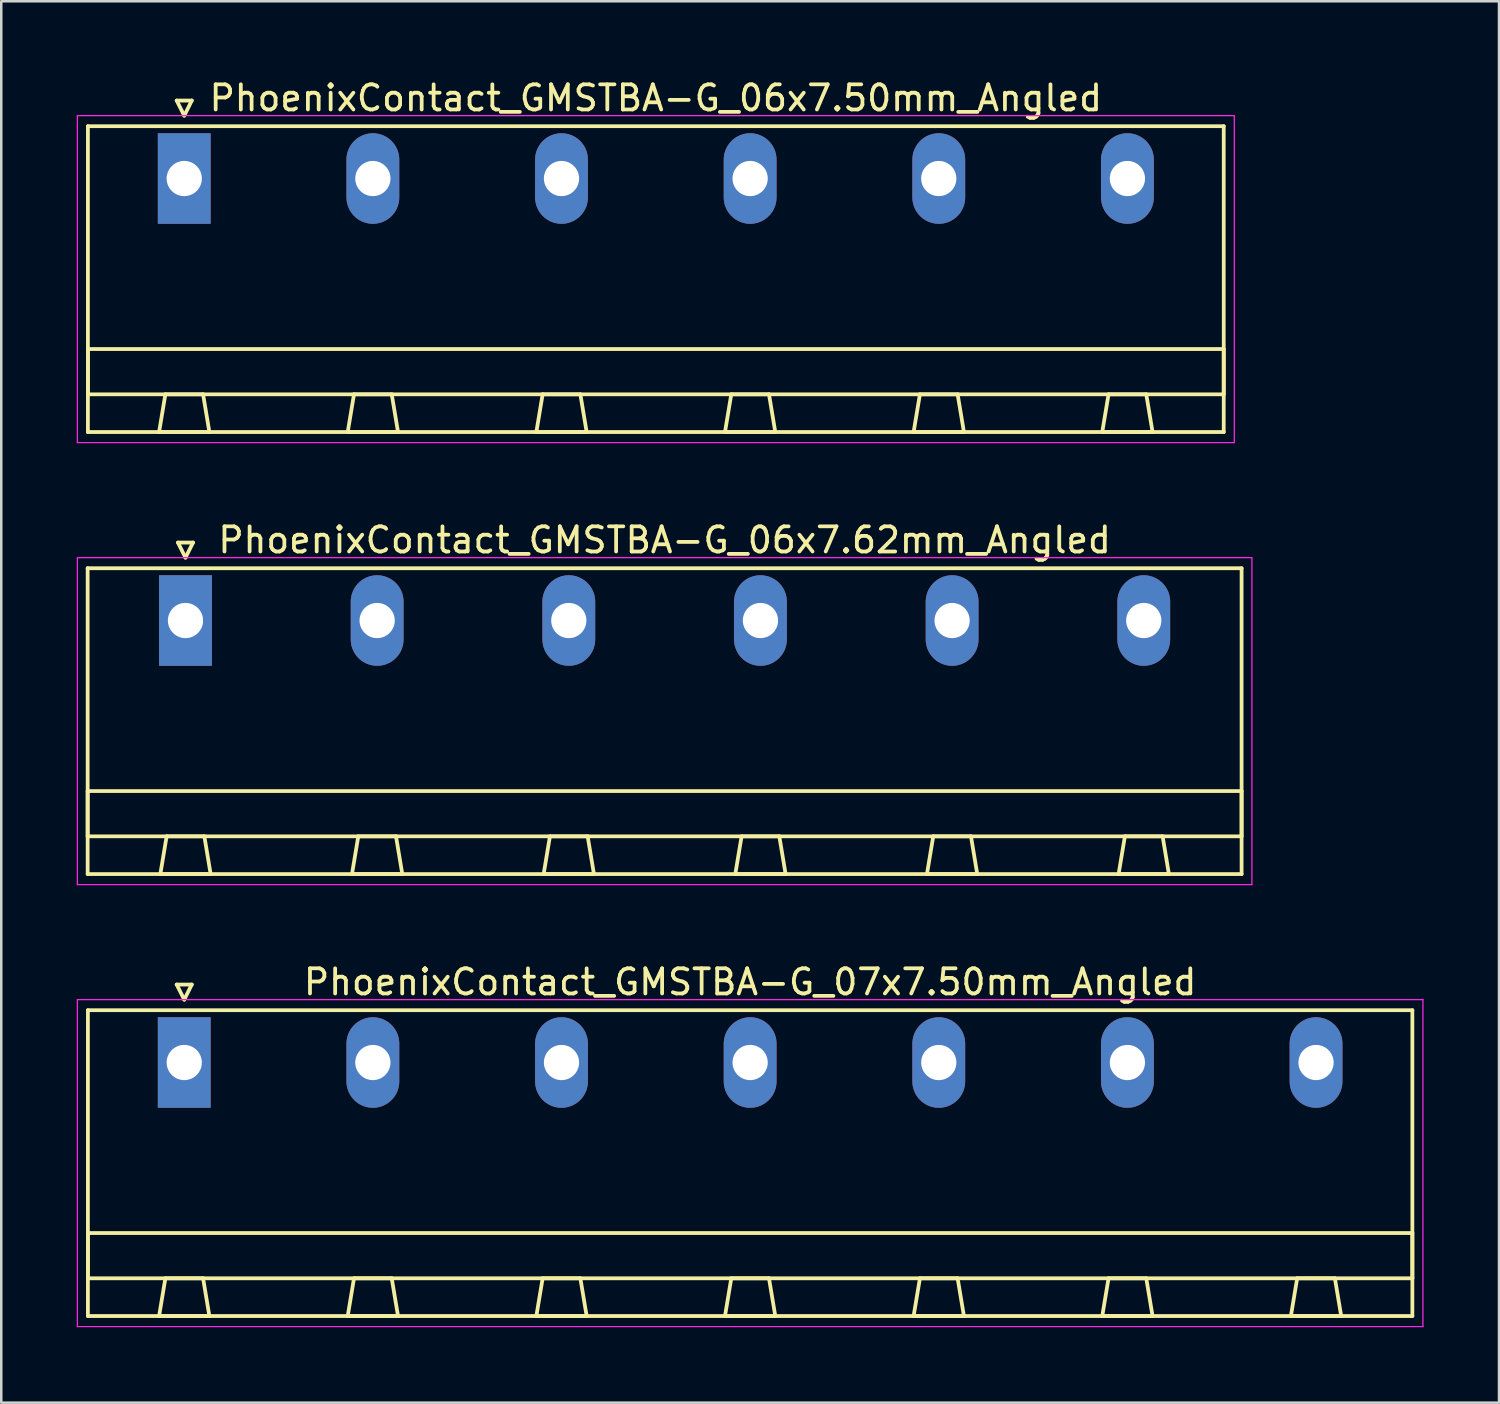
<source format=kicad_pcb>
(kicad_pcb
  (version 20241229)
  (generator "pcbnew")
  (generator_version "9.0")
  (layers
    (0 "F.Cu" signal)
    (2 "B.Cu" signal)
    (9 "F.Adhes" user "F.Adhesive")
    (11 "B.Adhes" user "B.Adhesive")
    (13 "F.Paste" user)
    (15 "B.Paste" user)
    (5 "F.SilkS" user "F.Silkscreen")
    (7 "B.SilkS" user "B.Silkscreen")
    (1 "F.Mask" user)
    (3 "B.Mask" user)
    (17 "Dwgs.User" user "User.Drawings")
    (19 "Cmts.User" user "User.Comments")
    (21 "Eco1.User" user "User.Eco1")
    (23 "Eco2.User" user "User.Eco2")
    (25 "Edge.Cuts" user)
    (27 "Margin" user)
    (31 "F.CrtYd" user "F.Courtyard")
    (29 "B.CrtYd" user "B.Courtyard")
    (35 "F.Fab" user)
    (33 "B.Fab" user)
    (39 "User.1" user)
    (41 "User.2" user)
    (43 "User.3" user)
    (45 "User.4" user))
  (footprint "PhoenixContact_GMSTBA-G_07x7.50mm_Angled"
    (layer "F.Cu")
    (at 4.275 39.195)
    (property "Reference" "PhoenixContact_GMSTBA-G_07x7.50mm_Angled" (at 22.5 -3.2 0) (layer "F.SilkS") (effects (font (size 1 1) (thickness 0.15))))
    (attr through_hole)
    (fp_line (start -3.83 -2.08) (end -3.83 10.08) (stroke (width 0.15) (type solid)) (layer "F.SilkS"))
    (fp_line (start -3.83 6.78) (end 48.83 6.78) (stroke (width 0.15) (type solid)) (layer "F.SilkS"))
    (fp_line (start -3.83 8.58) (end -3.83 6.78) (stroke (width 0.15) (type solid)) (layer "F.SilkS"))
    (fp_line (start -3.83 10.08) (end 48.83 10.08) (stroke (width 0.15) (type solid)) (layer "F.SilkS"))
    (fp_line (start -1 10.08) (end 1 10.08) (stroke (width 0.15) (type solid)) (layer "F.SilkS"))
    (fp_line (start -0.75 8.58) (end -1 10.08) (stroke (width 0.15) (type solid)) (layer "F.SilkS"))
    (fp_line (start -0.3 -3.1) (end 0 -2.5) (stroke (width 0.15) (type solid)) (layer "F.SilkS"))
    (fp_line (start 0 -2.5) (end 0.3 -3.1) (stroke (width 0.15) (type solid)) (layer "F.SilkS"))
    (fp_line (start 0.3 -3.1) (end -0.3 -3.1) (stroke (width 0.15) (type solid)) (layer "F.SilkS"))
    (fp_line (start 0.75 8.58) (end -0.75 8.58) (stroke (width 0.15) (type solid)) (layer "F.SilkS"))
    (fp_line (start 1 10.08) (end 0.75 8.58) (stroke (width 0.15) (type solid)) (layer "F.SilkS"))
    (fp_line (start 6.5 10.08) (end 8.5 10.08) (stroke (width 0.15) (type solid)) (layer "F.SilkS"))
    (fp_line (start 6.75 8.58) (end 6.5 10.08) (stroke (width 0.15) (type solid)) (layer "F.SilkS"))
    (fp_line (start 8.25 8.58) (end 6.75 8.58) (stroke (width 0.15) (type solid)) (layer "F.SilkS"))
    (fp_line (start 8.5 10.08) (end 8.25 8.58) (stroke (width 0.15) (type solid)) (layer "F.SilkS"))
    (fp_line (start 14 10.08) (end 16 10.08) (stroke (width 0.15) (type solid)) (layer "F.SilkS"))
    (fp_line (start 14.25 8.58) (end 14 10.08) (stroke (width 0.15) (type solid)) (layer "F.SilkS"))
    (fp_line (start 15.75 8.58) (end 14.25 8.58) (stroke (width 0.15) (type solid)) (layer "F.SilkS"))
    (fp_line (start 16 10.08) (end 15.75 8.58) (stroke (width 0.15) (type solid)) (layer "F.SilkS"))
    (fp_line (start 21.5 10.08) (end 23.5 10.08) (stroke (width 0.15) (type solid)) (layer "F.SilkS"))
    (fp_line (start 21.75 8.58) (end 21.5 10.08) (stroke (width 0.15) (type solid)) (layer "F.SilkS"))
    (fp_line (start 23.25 8.58) (end 21.75 8.58) (stroke (width 0.15) (type solid)) (layer "F.SilkS"))
    (fp_line (start 23.5 10.08) (end 23.25 8.58) (stroke (width 0.15) (type solid)) (layer "F.SilkS"))
    (fp_line (start 29 10.08) (end 31 10.08) (stroke (width 0.15) (type solid)) (layer "F.SilkS"))
    (fp_line (start 29.25 8.58) (end 29 10.08) (stroke (width 0.15) (type solid)) (layer "F.SilkS"))
    (fp_line (start 30.75 8.58) (end 29.25 8.58) (stroke (width 0.15) (type solid)) (layer "F.SilkS"))
    (fp_line (start 31 10.08) (end 30.75 8.58) (stroke (width 0.15) (type solid)) (layer "F.SilkS"))
    (fp_line (start 36.5 10.08) (end 38.5 10.08) (stroke (width 0.15) (type solid)) (layer "F.SilkS"))
    (fp_line (start 36.75 8.58) (end 36.5 10.08) (stroke (width 0.15) (type solid)) (layer "F.SilkS"))
    (fp_line (start 38.25 8.58) (end 36.75 8.58) (stroke (width 0.15) (type solid)) (layer "F.SilkS"))
    (fp_line (start 38.5 10.08) (end 38.25 8.58) (stroke (width 0.15) (type solid)) (layer "F.SilkS"))
    (fp_line (start 44 10.08) (end 46 10.08) (stroke (width 0.15) (type solid)) (layer "F.SilkS"))
    (fp_line (start 44.25 8.58) (end 44 10.08) (stroke (width 0.15) (type solid)) (layer "F.SilkS"))
    (fp_line (start 45.75 8.58) (end 44.25 8.58) (stroke (width 0.15) (type solid)) (layer "F.SilkS"))
    (fp_line (start 46 10.08) (end 45.75 8.58) (stroke (width 0.15) (type solid)) (layer "F.SilkS"))
    (fp_line (start 48.83 -2.08) (end -3.83 -2.08) (stroke (width 0.15) (type solid)) (layer "F.SilkS"))
    (fp_line (start 48.83 6.78) (end 48.83 8.58) (stroke (width 0.15) (type solid)) (layer "F.SilkS"))
    (fp_line (start 48.83 8.58) (end -3.83 8.58) (stroke (width 0.15) (type solid)) (layer "F.SilkS"))
    (fp_line (start 48.83 10.08) (end 48.83 -2.08) (stroke (width 0.15) (type solid)) (layer "F.SilkS"))
    (fp_line (start -4.25 -2.5) (end -4.25 10.5) (stroke (width 0.05) (type solid)) (layer "F.CrtYd"))
    (fp_line (start -4.25 10.5) (end 49.25 10.5) (stroke (width 0.05) (type solid)) (layer "F.CrtYd"))
    (fp_line (start 49.25 -2.5) (end -4.25 -2.5) (stroke (width 0.05) (type solid)) (layer "F.CrtYd"))
    (fp_line (start 49.25 10.5) (end 49.25 -2.5) (stroke (width 0.05) (type solid)) (layer "F.CrtYd"))
    (pad "1" thru_hole rect (at 0 0) (size 2.1 3.6) (drill 1.4) (layers "*.Cu" "*.Mask"))
    (pad "2" thru_hole oval (at 7.5 0) (size 2.1 3.6) (drill 1.4) (layers "*.Cu" "*.Mask"))
    (pad "3" thru_hole oval (at 15 0) (size 2.1 3.6) (drill 1.4) (layers "*.Cu" "*.Mask"))
    (pad "4" thru_hole oval (at 22.5 0) (size 2.1 3.6) (drill 1.4) (layers "*.Cu" "*.Mask"))
    (pad "5" thru_hole oval (at 30 0) (size 2.1 3.6) (drill 1.4) (layers "*.Cu" "*.Mask"))
    (pad "6" thru_hole oval (at 37.5 0) (size 2.1 3.6) (drill 1.4) (layers "*.Cu" "*.Mask"))
    (pad "7" thru_hole oval (at 45 0) (size 2.1 3.6) (drill 1.4) (layers "*.Cu" "*.Mask")))
  (footprint "PhoenixContact_GMSTBA-G_06x7.50mm_Angled"
    (layer "F.Cu")
    (at 4.275 4.048)
    (property "Reference" "PhoenixContact_GMSTBA-G_06x7.50mm_Angled" (at 18.75 -3.2 0) (layer "F.SilkS") (effects (font (size 1 1) (thickness 0.15))))
    (attr through_hole)
    (fp_line (start -3.83 -2.08) (end -3.83 10.08) (stroke (width 0.15) (type solid)) (layer "F.SilkS"))
    (fp_line (start -3.83 6.78) (end 41.33 6.78) (stroke (width 0.15) (type solid)) (layer "F.SilkS"))
    (fp_line (start -3.83 8.58) (end -3.83 6.78) (stroke (width 0.15) (type solid)) (layer "F.SilkS"))
    (fp_line (start -3.83 10.08) (end 41.33 10.08) (stroke (width 0.15) (type solid)) (layer "F.SilkS"))
    (fp_line (start -1 10.08) (end 1 10.08) (stroke (width 0.15) (type solid)) (layer "F.SilkS"))
    (fp_line (start -0.75 8.58) (end -1 10.08) (stroke (width 0.15) (type solid)) (layer "F.SilkS"))
    (fp_line (start -0.3 -3.1) (end 0 -2.5) (stroke (width 0.15) (type solid)) (layer "F.SilkS"))
    (fp_line (start 0 -2.5) (end 0.3 -3.1) (stroke (width 0.15) (type solid)) (layer "F.SilkS"))
    (fp_line (start 0.3 -3.1) (end -0.3 -3.1) (stroke (width 0.15) (type solid)) (layer "F.SilkS"))
    (fp_line (start 0.75 8.58) (end -0.75 8.58) (stroke (width 0.15) (type solid)) (layer "F.SilkS"))
    (fp_line (start 1 10.08) (end 0.75 8.58) (stroke (width 0.15) (type solid)) (layer "F.SilkS"))
    (fp_line (start 6.5 10.08) (end 8.5 10.08) (stroke (width 0.15) (type solid)) (layer "F.SilkS"))
    (fp_line (start 6.75 8.58) (end 6.5 10.08) (stroke (width 0.15) (type solid)) (layer "F.SilkS"))
    (fp_line (start 8.25 8.58) (end 6.75 8.58) (stroke (width 0.15) (type solid)) (layer "F.SilkS"))
    (fp_line (start 8.5 10.08) (end 8.25 8.58) (stroke (width 0.15) (type solid)) (layer "F.SilkS"))
    (fp_line (start 14 10.08) (end 16 10.08) (stroke (width 0.15) (type solid)) (layer "F.SilkS"))
    (fp_line (start 14.25 8.58) (end 14 10.08) (stroke (width 0.15) (type solid)) (layer "F.SilkS"))
    (fp_line (start 15.75 8.58) (end 14.25 8.58) (stroke (width 0.15) (type solid)) (layer "F.SilkS"))
    (fp_line (start 16 10.08) (end 15.75 8.58) (stroke (width 0.15) (type solid)) (layer "F.SilkS"))
    (fp_line (start 21.5 10.08) (end 23.5 10.08) (stroke (width 0.15) (type solid)) (layer "F.SilkS"))
    (fp_line (start 21.75 8.58) (end 21.5 10.08) (stroke (width 0.15) (type solid)) (layer "F.SilkS"))
    (fp_line (start 23.25 8.58) (end 21.75 8.58) (stroke (width 0.15) (type solid)) (layer "F.SilkS"))
    (fp_line (start 23.5 10.08) (end 23.25 8.58) (stroke (width 0.15) (type solid)) (layer "F.SilkS"))
    (fp_line (start 29 10.08) (end 31 10.08) (stroke (width 0.15) (type solid)) (layer "F.SilkS"))
    (fp_line (start 29.25 8.58) (end 29 10.08) (stroke (width 0.15) (type solid)) (layer "F.SilkS"))
    (fp_line (start 30.75 8.58) (end 29.25 8.58) (stroke (width 0.15) (type solid)) (layer "F.SilkS"))
    (fp_line (start 31 10.08) (end 30.75 8.58) (stroke (width 0.15) (type solid)) (layer "F.SilkS"))
    (fp_line (start 36.5 10.08) (end 38.5 10.08) (stroke (width 0.15) (type solid)) (layer "F.SilkS"))
    (fp_line (start 36.75 8.58) (end 36.5 10.08) (stroke (width 0.15) (type solid)) (layer "F.SilkS"))
    (fp_line (start 38.25 8.58) (end 36.75 8.58) (stroke (width 0.15) (type solid)) (layer "F.SilkS"))
    (fp_line (start 38.5 10.08) (end 38.25 8.58) (stroke (width 0.15) (type solid)) (layer "F.SilkS"))
    (fp_line (start 41.33 -2.08) (end -3.83 -2.08) (stroke (width 0.15) (type solid)) (layer "F.SilkS"))
    (fp_line (start 41.33 6.78) (end 41.33 8.58) (stroke (width 0.15) (type solid)) (layer "F.SilkS"))
    (fp_line (start 41.33 8.58) (end -3.83 8.58) (stroke (width 0.15) (type solid)) (layer "F.SilkS"))
    (fp_line (start 41.33 10.08) (end 41.33 -2.08) (stroke (width 0.15) (type solid)) (layer "F.SilkS"))
    (fp_line (start -4.25 -2.5) (end -4.25 10.5) (stroke (width 0.05) (type solid)) (layer "F.CrtYd"))
    (fp_line (start -4.25 10.5) (end 41.75 10.5) (stroke (width 0.05) (type solid)) (layer "F.CrtYd"))
    (fp_line (start 41.75 -2.5) (end -4.25 -2.5) (stroke (width 0.05) (type solid)) (layer "F.CrtYd"))
    (fp_line (start 41.75 10.5) (end 41.75 -2.5) (stroke (width 0.05) (type solid)) (layer "F.CrtYd"))
    (pad "1" thru_hole rect (at 0 0) (size 2.1 3.6) (drill 1.4) (layers "*.Cu" "*.Mask"))
    (pad "2" thru_hole oval (at 7.5 0) (size 2.1 3.6) (drill 1.4) (layers "*.Cu" "*.Mask"))
    (pad "3" thru_hole oval (at 15 0) (size 2.1 3.6) (drill 1.4) (layers "*.Cu" "*.Mask"))
    (pad "4" thru_hole oval (at 22.5 0) (size 2.1 3.6) (drill 1.4) (layers "*.Cu" "*.Mask"))
    (pad "5" thru_hole oval (at 30 0) (size 2.1 3.6) (drill 1.4) (layers "*.Cu" "*.Mask"))
    (pad "6" thru_hole oval (at 37.5 0) (size 2.1 3.6) (drill 1.4) (layers "*.Cu" "*.Mask")))
  (footprint "PhoenixContact_GMSTBA-G_06x7.62mm_Angled"
    (layer "F.Cu")
    (at 4.325 21.622)
    (property "Reference" "PhoenixContact_GMSTBA-G_06x7.62mm_Angled" (at 19.05 -3.2 0) (layer "F.SilkS") (effects (font (size 1 1) (thickness 0.15))))
    (attr through_hole)
    (fp_line (start -3.89 -2.08) (end -3.89 10.08) (stroke (width 0.15) (type solid)) (layer "F.SilkS"))
    (fp_line (start -3.89 6.78) (end 41.99 6.78) (stroke (width 0.15) (type solid)) (layer "F.SilkS"))
    (fp_line (start -3.89 8.58) (end -3.89 6.78) (stroke (width 0.15) (type solid)) (layer "F.SilkS"))
    (fp_line (start -3.89 10.08) (end 41.99 10.08) (stroke (width 0.15) (type solid)) (layer "F.SilkS"))
    (fp_line (start -1 10.08) (end 1 10.08) (stroke (width 0.15) (type solid)) (layer "F.SilkS"))
    (fp_line (start -0.75 8.58) (end -1 10.08) (stroke (width 0.15) (type solid)) (layer "F.SilkS"))
    (fp_line (start -0.3 -3.1) (end 0 -2.5) (stroke (width 0.15) (type solid)) (layer "F.SilkS"))
    (fp_line (start 0 -2.5) (end 0.3 -3.1) (stroke (width 0.15) (type solid)) (layer "F.SilkS"))
    (fp_line (start 0.3 -3.1) (end -0.3 -3.1) (stroke (width 0.15) (type solid)) (layer "F.SilkS"))
    (fp_line (start 0.75 8.58) (end -0.75 8.58) (stroke (width 0.15) (type solid)) (layer "F.SilkS"))
    (fp_line (start 1 10.08) (end 0.75 8.58) (stroke (width 0.15) (type solid)) (layer "F.SilkS"))
    (fp_line (start 6.62 10.08) (end 8.62 10.08) (stroke (width 0.15) (type solid)) (layer "F.SilkS"))
    (fp_line (start 6.87 8.58) (end 6.62 10.08) (stroke (width 0.15) (type solid)) (layer "F.SilkS"))
    (fp_line (start 8.37 8.58) (end 6.87 8.58) (stroke (width 0.15) (type solid)) (layer "F.SilkS"))
    (fp_line (start 8.62 10.08) (end 8.37 8.58) (stroke (width 0.15) (type solid)) (layer "F.SilkS"))
    (fp_line (start 14.24 10.08) (end 16.24 10.08) (stroke (width 0.15) (type solid)) (layer "F.SilkS"))
    (fp_line (start 14.49 8.58) (end 14.24 10.08) (stroke (width 0.15) (type solid)) (layer "F.SilkS"))
    (fp_line (start 15.99 8.58) (end 14.49 8.58) (stroke (width 0.15) (type solid)) (layer "F.SilkS"))
    (fp_line (start 16.24 10.08) (end 15.99 8.58) (stroke (width 0.15) (type solid)) (layer "F.SilkS"))
    (fp_line (start 21.86 10.08) (end 23.86 10.08) (stroke (width 0.15) (type solid)) (layer "F.SilkS"))
    (fp_line (start 22.11 8.58) (end 21.86 10.08) (stroke (width 0.15) (type solid)) (layer "F.SilkS"))
    (fp_line (start 23.61 8.58) (end 22.11 8.58) (stroke (width 0.15) (type solid)) (layer "F.SilkS"))
    (fp_line (start 23.86 10.08) (end 23.61 8.58) (stroke (width 0.15) (type solid)) (layer "F.SilkS"))
    (fp_line (start 29.48 10.08) (end 31.48 10.08) (stroke (width 0.15) (type solid)) (layer "F.SilkS"))
    (fp_line (start 29.73 8.58) (end 29.48 10.08) (stroke (width 0.15) (type solid)) (layer "F.SilkS"))
    (fp_line (start 31.23 8.58) (end 29.73 8.58) (stroke (width 0.15) (type solid)) (layer "F.SilkS"))
    (fp_line (start 31.48 10.08) (end 31.23 8.58) (stroke (width 0.15) (type solid)) (layer "F.SilkS"))
    (fp_line (start 37.1 10.08) (end 39.1 10.08) (stroke (width 0.15) (type solid)) (layer "F.SilkS"))
    (fp_line (start 37.35 8.58) (end 37.1 10.08) (stroke (width 0.15) (type solid)) (layer "F.SilkS"))
    (fp_line (start 38.85 8.58) (end 37.35 8.58) (stroke (width 0.15) (type solid)) (layer "F.SilkS"))
    (fp_line (start 39.1 10.08) (end 38.85 8.58) (stroke (width 0.15) (type solid)) (layer "F.SilkS"))
    (fp_line (start 41.99 -2.08) (end -3.89 -2.08) (stroke (width 0.15) (type solid)) (layer "F.SilkS"))
    (fp_line (start 41.99 6.78) (end 41.99 8.58) (stroke (width 0.15) (type solid)) (layer "F.SilkS"))
    (fp_line (start 41.99 8.58) (end -3.89 8.58) (stroke (width 0.15) (type solid)) (layer "F.SilkS"))
    (fp_line (start 41.99 10.08) (end 41.99 -2.08) (stroke (width 0.15) (type solid)) (layer "F.SilkS"))
    (fp_line (start -4.3 -2.5) (end -4.3 10.5) (stroke (width 0.05) (type solid)) (layer "F.CrtYd"))
    (fp_line (start -4.3 10.5) (end 42.4 10.5) (stroke (width 0.05) (type solid)) (layer "F.CrtYd"))
    (fp_line (start 42.4 -2.5) (end -4.3 -2.5) (stroke (width 0.05) (type solid)) (layer "F.CrtYd"))
    (fp_line (start 42.4 10.5) (end 42.4 -2.5) (stroke (width 0.05) (type solid)) (layer "F.CrtYd"))
    (pad "1" thru_hole rect (at 0 0) (size 2.1 3.6) (drill 1.4) (layers "*.Cu" "*.Mask"))
    (pad "2" thru_hole oval (at 7.62 0) (size 2.1 3.6) (drill 1.4) (layers "*.Cu" "*.Mask"))
    (pad "3" thru_hole oval (at 15.24 0) (size 2.1 3.6) (drill 1.4) (layers "*.Cu" "*.Mask"))
    (pad "4" thru_hole oval (at 22.86 0) (size 2.1 3.6) (drill 1.4) (layers "*.Cu" "*.Mask"))
    (pad "5" thru_hole oval (at 30.48 0) (size 2.1 3.6) (drill 1.4) (layers "*.Cu" "*.Mask"))
    (pad "6" thru_hole oval (at 38.1 0) (size 2.1 3.6) (drill 1.4) (layers "*.Cu" "*.Mask")))
  (gr_rect
    (start -3 -3)
    (end 56.55 52.72)
    (stroke (width 0.1) (type default))
    (fill no)
    (layer "Edge.Cuts")))
</source>
